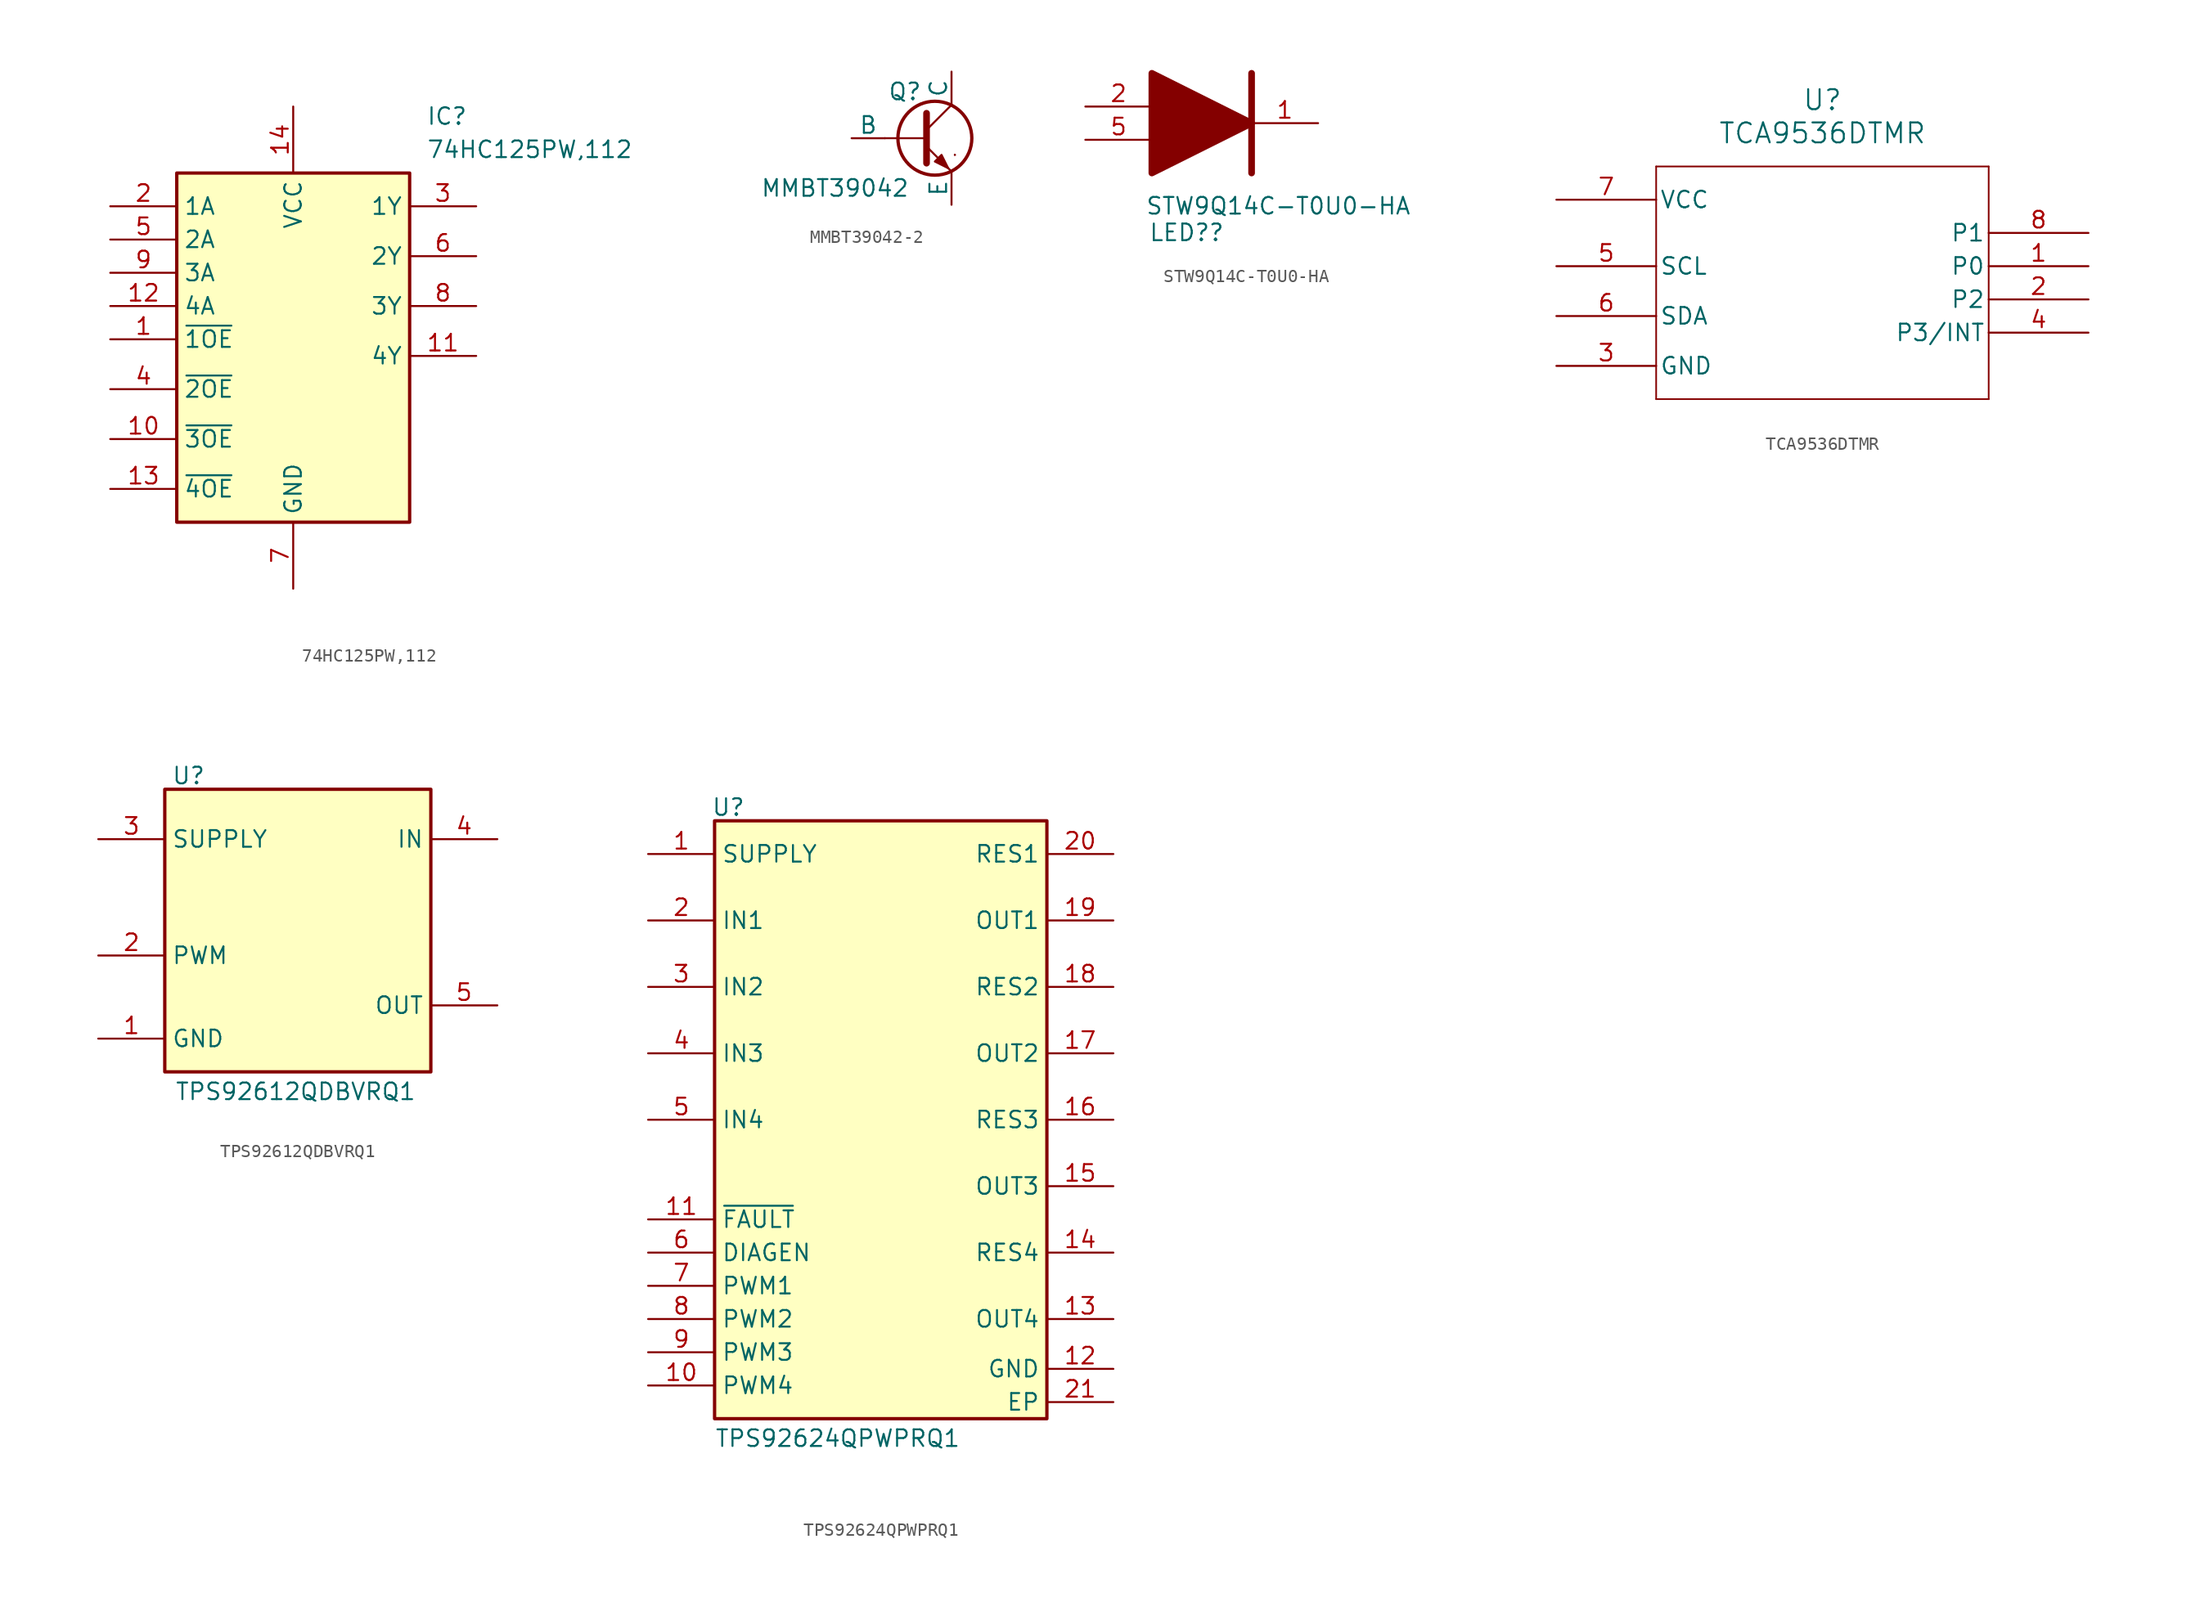
<source format=kicad_sym>
(kicad_symbol_lib
  (version 20241209)
  (generator "kicad_symbol_editor")
  (generator_version "9.0")
  (symbol "74HC125PW,112"
    (property "Reference" "IC"
      (at 24.13 7.62 0)
      (effects (font (size 1.27 1.27)) (justify left top)))
    (property "Value" "74HC125PW,112"
      (at 24.13 5.08 0)
      (effects (font (size 1.27 1.27)) (justify left top)))
    (symbol "74HC125PW,112_1_1"
      (rectangle (start 5.08 2.54) (end 22.86 -24.13) (stroke (width 0.254) (type default)) (fill (type background)))
      (pin passive line (at 0 0 0) (length 5.08) (name "1A" (effects (font (size 1.27 1.27)))) (number "2" (effects (font (size 1.27 1.27)))))
      (pin passive line (at 0 -2.54 0) (length 5.08) (name "2A" (effects (font (size 1.27 1.27)))) (number "5" (effects (font (size 1.27 1.27)))))
      (pin passive line (at 0 -5.08 0) (length 5.08) (name "3A" (effects (font (size 1.27 1.27)))) (number "9" (effects (font (size 1.27 1.27)))))
      (pin passive line (at 0 -7.62 0) (length 5.08) (name "4A" (effects (font (size 1.27 1.27)))) (number "12" (effects (font (size 1.27 1.27)))))
      (pin passive line (at 0 -10.16 0) (length 5.08) (name "~{1OE}" (effects (font (size 1.27 1.27)))) (number "1" (effects (font (size 1.27 1.27)))))
      (pin passive line (at 0 -13.97 0) (length 5.08) (name "~{2OE}" (effects (font (size 1.27 1.27)))) (number "4" (effects (font (size 1.27 1.27)))))
      (pin passive line (at 0 -17.78 0) (length 5.08) (name "~{3OE}" (effects (font (size 1.27 1.27)))) (number "10" (effects (font (size 1.27 1.27)))))
      (pin passive line (at 0 -21.59 0) (length 5.08) (name "~{4OE}" (effects (font (size 1.27 1.27)))) (number "13" (effects (font (size 1.27 1.27)))))
      (pin passive line (at 13.97 7.62 270) (length 5.08) (name "VCC" (effects (font (size 1.27 1.27)))) (number "14" (effects (font (size 1.27 1.27)))))
      (pin passive line (at 13.97 -29.21 90) (length 5.08) (name "GND" (effects (font (size 1.27 1.27)))) (number "7" (effects (font (size 1.27 1.27)))))
      (pin passive line (at 27.94 0 180) (length 5.08) (name "1Y" (effects (font (size 1.27 1.27)))) (number "3" (effects (font (size 1.27 1.27)))))
      (pin passive line (at 27.94 -3.81 180) (length 5.08) (name "2Y" (effects (font (size 1.27 1.27)))) (number "6" (effects (font (size 1.27 1.27)))))
      (pin passive line (at 27.94 -7.62 180) (length 5.08) (name "3Y" (effects (font (size 1.27 1.27)))) (number "8" (effects (font (size 1.27 1.27)))))
      (pin passive line (at 27.94 -11.43 180) (length 5.08) (name "4Y" (effects (font (size 1.27 1.27)))) (number "11" (effects (font (size 1.27 1.27)))))))
  (symbol "MMBT39042-2"
    (pin_numbers
      (hide yes))
    (pin_names
      (offset 0))
    (property "Reference" "Q"
      (at -1.016 3.556 0)
      (effects (font (size 1.27 1.27))))
    (property "Value" "MMBT39042"
      (at -6.35 -3.81 0)
      (effects (font (size 1.27 1.27))))
    (symbol "MMBT39042-2_0_1"
      (polyline (pts (xy -2.54 0) (xy 0.635 0)) (stroke (width 0.152) (type default)) (fill (type none)))
      (polyline (pts (xy 0.635 1.905) (xy 0.635 -1.905) (xy 0.635 -1.905)) (stroke (width 0.508) (type default)) (fill (type none)))
      (polyline (pts (xy 0.635 0.635) (xy 2.54 2.54)) (stroke (width 0) (type default)) (fill (type none)))
      (polyline (pts (xy 0.635 -0.635) (xy 2.54 -2.54) (xy 2.54 -2.54)) (stroke (width 0) (type default)) (fill (type none)))
      (circle (center 1.27 0) (radius 2.819) (stroke (width 0.254) (type default)) (fill (type none)))
      (polyline (pts (xy 1.27 -1.778) (xy 1.778 -1.27) (xy 2.286 -2.286) (xy 1.27 -1.778) (xy 1.27 -1.778)) (stroke (width 0) (type default)) (fill (type outline)))
      (polyline (pts (xy 2.794 -1.27) (xy 2.794 -1.27)) (stroke (width 0.152) (type default)) (fill (type none)))
      (polyline (pts (xy 2.794 -1.27) (xy 2.794 -1.27)) (stroke (width 0.152) (type default)) (fill (type none))))
    (symbol "MMBT39042-2_1_1"
      (pin input line (at -5.08 0 0) (length 2.54) (name "B" (effects (font (size 1.27 1.27)))) (number "1" (effects (font (size 1.27 1.27)))))
      (pin open_collector line (at 2.54 5.08 270) (length 2.54) (name "C" (effects (font (size 1.27 1.27)))) (number "3" (effects (font (size 1.27 1.27)))))
      (pin open_emitter line (at 2.54 -5.08 90) (length 2.54) (name "E" (effects (font (size 1.27 1.27)))) (number "2" (effects (font (size 1.27 1.27)))))))
  (symbol "STW9Q14C-T0U0-HA"
    (property "Reference" "LED?"
      (at -0.254 -7.62 0)
      (effects (font (size 1.27 1.27)) (justify left top)))
    (property "Value" "STW9Q14C-T0U0-HA"
      (at -0.508 -5.588 0)
      (effects (font (size 1.27 1.27)) (justify left top)))
    (symbol "STW9Q14C-T0U0-HA_1_1"
      (polyline (pts (xy 0 3.81) (xy 0 -3.81) (xy 7.62 0) (xy 0 3.81)) (stroke (width 0.508) (type solid)) (fill (type outline)))
      (polyline (pts (xy 7.62 3.81) (xy 7.62 -3.81)) (stroke (width 0.508) (type solid)) (fill (type none)))
      (pin passive line (at -5.08 1.27 0) (length 5.08) (name "" (effects (font (size 1.27 1.27)))) (number "2" (effects (font (size 1.27 1.27)))))
      (pin passive line (at -5.08 -1.27 0) (length 5.08) (name "" (effects (font (size 1.27 1.27)))) (number "5" (effects (font (size 1.27 1.27)))))
      (pin passive line (at 1.27 -7.62 90) (length 5.08) (hide yes) (name "N.C_1" (effects (font (size 1.27 1.27)))) (number "3" (effects (font (size 1.27 1.27)))))
      (pin passive line (at 3.81 -6.35 90) (length 5.08) (hide yes) (name "N.C_2" (effects (font (size 1.27 1.27)))) (number "4" (effects (font (size 1.27 1.27)))))
      (pin passive line (at 12.7 0 180) (length 5.08) (name "" (effects (font (size 1.27 1.27)))) (number "1" (effects (font (size 1.27 1.27)))))))
  (symbol "TCA9536DTMR"
    (pin_names
      (offset 0.254))
    (property "Reference" "U"
      (at 20.32 10.16 0)
      (effects (font (size 1.524 1.524))))
    (property "Value" "TCA9536DTMR"
      (at 20.32 7.62 0)
      (effects (font (size 1.524 1.524))))
    (symbol "TCA9536DTMR_0_1"
      (polyline (pts (xy 7.62 5.08) (xy 7.62 -12.7)) (stroke (width 0.127) (type default)) (fill (type none)))
      (polyline (pts (xy 7.62 -12.7) (xy 33.02 -12.7)) (stroke (width 0.127) (type default)) (fill (type none)))
      (polyline (pts (xy 33.02 5.08) (xy 7.62 5.08)) (stroke (width 0.127) (type default)) (fill (type none)))
      (polyline (pts (xy 33.02 -12.7) (xy 33.02 5.08)) (stroke (width 0.127) (type default)) (fill (type none)))
      (pin power_in line (at 0 2.54 0) (length 7.62) (name "VCC" (effects (font (size 1.27 1.27)))) (number "7" (effects (font (size 1.27 1.27)))))
      (pin bidirectional line (at 0 -2.54 0) (length 7.62) (name "SCL" (effects (font (size 1.27 1.27)))) (number "5" (effects (font (size 1.27 1.27)))))
      (pin bidirectional line (at 0 -6.35 0) (length 7.62) (name "SDA" (effects (font (size 1.27 1.27)))) (number "6" (effects (font (size 1.27 1.27)))))
      (pin power_out line (at 0 -10.16 0) (length 7.62) (name "GND" (effects (font (size 1.27 1.27)))) (number "3" (effects (font (size 1.27 1.27)))))
      (pin bidirectional line (at 40.64 0 180) (length 7.62) (name "P1" (effects (font (size 1.27 1.27)))) (number "8" (effects (font (size 1.27 1.27)))))
      (pin bidirectional line (at 40.64 -2.54 180) (length 7.62) (name "P0" (effects (font (size 1.27 1.27)))) (number "1" (effects (font (size 1.27 1.27)))))
      (pin bidirectional line (at 40.64 -5.08 180) (length 7.62) (name "P2" (effects (font (size 1.27 1.27)))) (number "2" (effects (font (size 1.27 1.27)))))
      (pin bidirectional line (at 40.64 -7.62 180) (length 7.62) (name "P3/INT" (effects (font (size 1.27 1.27)))) (number "4" (effects (font (size 1.27 1.27)))))))
  (symbol "TPS92612QDBVRQ1"
    (property "Reference" "U"
      (at 5.588 4.318 0)
      (effects (font (size 1.27 1.27)) (justify left top)))
    (property "Value" "TPS92612QDBVRQ1"
      (at 5.842 -19.812 0)
      (effects (font (size 1.27 1.27)) (justify left top)))
    (symbol "TPS92612QDBVRQ1_1_1"
      (rectangle (start 5.08 2.54) (end 25.4 -19.05) (stroke (width 0.254) (type default)) (fill (type background)))
      (pin passive line (at 0 -1.27 0) (length 5.08) (name "SUPPLY" (effects (font (size 1.27 1.27)))) (number "3" (effects (font (size 1.27 1.27)))))
      (pin passive line (at 0 -10.16 0) (length 5.08) (name "PWM" (effects (font (size 1.27 1.27)))) (number "2" (effects (font (size 1.27 1.27)))))
      (pin passive line (at 0 -16.51 0) (length 5.08) (name "GND" (effects (font (size 1.27 1.27)))) (number "1" (effects (font (size 1.27 1.27)))))
      (pin passive line (at 30.48 -1.27 180) (length 5.08) (name "IN" (effects (font (size 1.27 1.27)))) (number "4" (effects (font (size 1.27 1.27)))))
      (pin passive line (at 30.48 -13.97 180) (length 5.08) (name "OUT" (effects (font (size 1.27 1.27)))) (number "5" (effects (font (size 1.27 1.27)))))))
  (symbol "TPS92624QPWPRQ1"
    (property "Reference" "U"
      (at 4.826 4.318 0)
      (effects (font (size 1.27 1.27)) (justify left top)))
    (property "Value" "TPS92624QPWPRQ1"
      (at 5.08 -43.942 0)
      (effects (font (size 1.27 1.27)) (justify left top)))
    (symbol "TPS92624QPWPRQ1_1_1"
      (rectangle (start 5.08 2.54) (end 30.48 -43.18) (stroke (width 0.254) (type default)) (fill (type background)))
      (pin passive line (at 0 0 0) (length 5.08) (name "SUPPLY" (effects (font (size 1.27 1.27)))) (number "1" (effects (font (size 1.27 1.27)))))
      (pin passive line (at 0 -5.08 0) (length 5.08) (name "IN1" (effects (font (size 1.27 1.27)))) (number "2" (effects (font (size 1.27 1.27)))))
      (pin passive line (at 0 -10.16 0) (length 5.08) (name "IN2" (effects (font (size 1.27 1.27)))) (number "3" (effects (font (size 1.27 1.27)))))
      (pin passive line (at 0 -15.24 0) (length 5.08) (name "IN3" (effects (font (size 1.27 1.27)))) (number "4" (effects (font (size 1.27 1.27)))))
      (pin passive line (at 0 -20.32 0) (length 5.08) (name "IN4" (effects (font (size 1.27 1.27)))) (number "5" (effects (font (size 1.27 1.27)))))
      (pin passive line (at 0 -27.94 0) (length 5.08) (name "~{FAULT}" (effects (font (size 1.27 1.27)))) (number "11" (effects (font (size 1.27 1.27)))))
      (pin passive line (at 0 -30.48 0) (length 5.08) (name "DIAGEN" (effects (font (size 1.27 1.27)))) (number "6" (effects (font (size 1.27 1.27)))))
      (pin passive line (at 0 -33.02 0) (length 5.08) (name "PWM1" (effects (font (size 1.27 1.27)))) (number "7" (effects (font (size 1.27 1.27)))))
      (pin passive line (at 0 -35.56 0) (length 5.08) (name "PWM2" (effects (font (size 1.27 1.27)))) (number "8" (effects (font (size 1.27 1.27)))))
      (pin passive line (at 0 -38.1 0) (length 5.08) (name "PWM3" (effects (font (size 1.27 1.27)))) (number "9" (effects (font (size 1.27 1.27)))))
      (pin passive line (at 0 -40.64 0) (length 5.08) (name "PWM4" (effects (font (size 1.27 1.27)))) (number "10" (effects (font (size 1.27 1.27)))))
      (pin passive line (at 35.56 0 180) (length 5.08) (name "RES1" (effects (font (size 1.27 1.27)))) (number "20" (effects (font (size 1.27 1.27)))))
      (pin passive line (at 35.56 -5.08 180) (length 5.08) (name "OUT1" (effects (font (size 1.27 1.27)))) (number "19" (effects (font (size 1.27 1.27)))))
      (pin passive line (at 35.56 -10.16 180) (length 5.08) (name "RES2" (effects (font (size 1.27 1.27)))) (number "18" (effects (font (size 1.27 1.27)))))
      (pin passive line (at 35.56 -15.24 180) (length 5.08) (name "OUT2" (effects (font (size 1.27 1.27)))) (number "17" (effects (font (size 1.27 1.27)))))
      (pin passive line (at 35.56 -20.32 180) (length 5.08) (name "RES3" (effects (font (size 1.27 1.27)))) (number "16" (effects (font (size 1.27 1.27)))))
      (pin passive line (at 35.56 -25.4 180) (length 5.08) (name "OUT3" (effects (font (size 1.27 1.27)))) (number "15" (effects (font (size 1.27 1.27)))))
      (pin passive line (at 35.56 -30.48 180) (length 5.08) (name "RES4" (effects (font (size 1.27 1.27)))) (number "14" (effects (font (size 1.27 1.27)))))
      (pin passive line (at 35.56 -35.56 180) (length 5.08) (name "OUT4" (effects (font (size 1.27 1.27)))) (number "13" (effects (font (size 1.27 1.27)))))
      (pin passive line (at 35.56 -39.37 180) (length 5.08) (name "GND" (effects (font (size 1.27 1.27)))) (number "12" (effects (font (size 1.27 1.27)))))
      (pin passive line (at 35.56 -41.91 180) (length 5.08) (name "EP" (effects (font (size 1.27 1.27)))) (number "21" (effects (font (size 1.27 1.27))))))))
</source>
